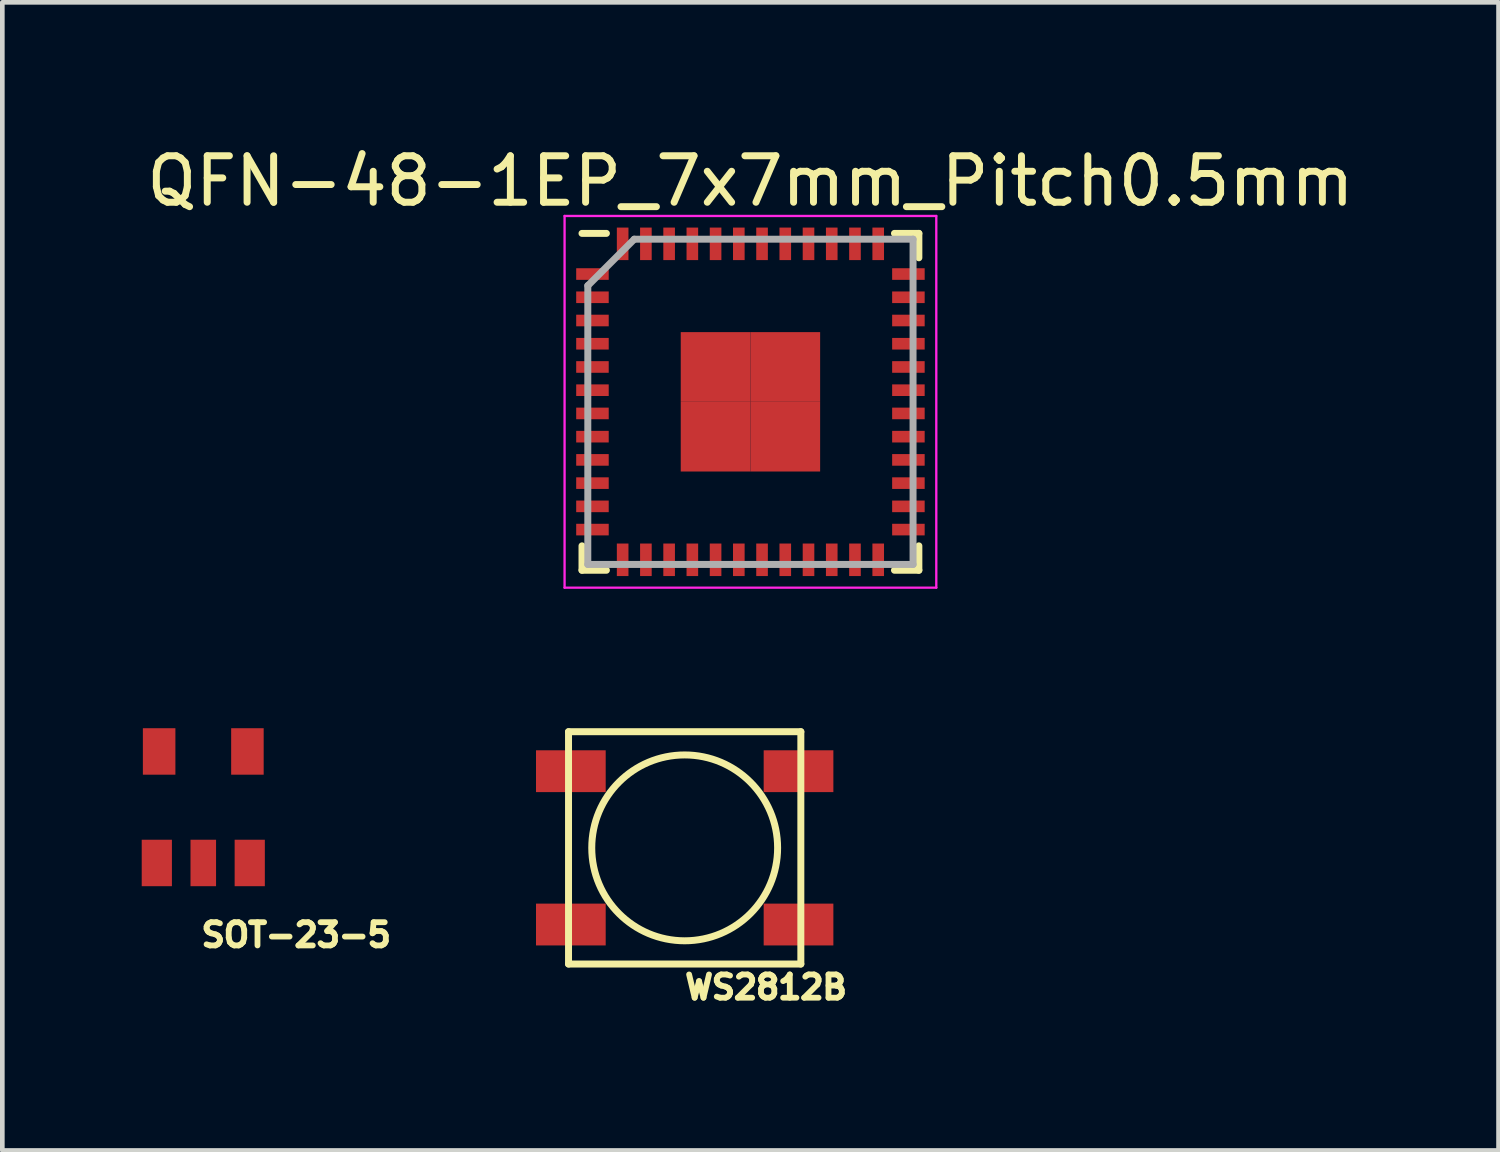
<source format=kicad_pcb>
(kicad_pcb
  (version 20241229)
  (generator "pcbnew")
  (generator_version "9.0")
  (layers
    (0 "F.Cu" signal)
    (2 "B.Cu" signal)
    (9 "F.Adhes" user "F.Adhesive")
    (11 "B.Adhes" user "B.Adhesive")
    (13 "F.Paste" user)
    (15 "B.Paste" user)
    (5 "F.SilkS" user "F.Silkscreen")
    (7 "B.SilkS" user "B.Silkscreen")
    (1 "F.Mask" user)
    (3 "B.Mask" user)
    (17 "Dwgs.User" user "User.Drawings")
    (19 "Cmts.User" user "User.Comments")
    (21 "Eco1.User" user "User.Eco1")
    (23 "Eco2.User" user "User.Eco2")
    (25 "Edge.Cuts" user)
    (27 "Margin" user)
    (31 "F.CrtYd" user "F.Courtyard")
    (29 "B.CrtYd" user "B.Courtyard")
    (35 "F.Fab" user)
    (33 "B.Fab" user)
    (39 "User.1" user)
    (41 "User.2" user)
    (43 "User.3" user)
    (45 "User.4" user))
  (footprint "QFN-48-1EP_7x7mm_Pitch0.5mm"
    (layer "F.Cu")
    (at 13.101 5.598)
    (property "Reference" "QFN-48-1EP_7x7mm_Pitch0.5mm" (at 0 -4.75 0) (layer "F.SilkS") (effects (font (size 1 1) (thickness 0.15))))
    (attr smd)
    (fp_line (start -3.625 -3.625) (end -3.1 -3.625) (stroke (width 0.15) (type solid)) (layer "F.SilkS"))
    (fp_line (start -3.625 3.625) (end -3.625 3.1) (stroke (width 0.15) (type solid)) (layer "F.SilkS"))
    (fp_line (start -3.625 3.625) (end -3.1 3.625) (stroke (width 0.15) (type solid)) (layer "F.SilkS"))
    (fp_line (start 3.625 -3.625) (end 3.1 -3.625) (stroke (width 0.15) (type solid)) (layer "F.SilkS"))
    (fp_line (start 3.625 -3.625) (end 3.625 -3.1) (stroke (width 0.15) (type solid)) (layer "F.SilkS"))
    (fp_line (start 3.625 3.625) (end 3.1 3.625) (stroke (width 0.15) (type solid)) (layer "F.SilkS"))
    (fp_line (start 3.625 3.625) (end 3.625 3.1) (stroke (width 0.15) (type solid)) (layer "F.SilkS"))
    (fp_line (start -4 -4) (end -4 4) (stroke (width 0.05) (type solid)) (layer "F.CrtYd"))
    (fp_line (start -4 -4) (end 4 -4) (stroke (width 0.05) (type solid)) (layer "F.CrtYd"))
    (fp_line (start -4 4) (end 4 4) (stroke (width 0.05) (type solid)) (layer "F.CrtYd"))
    (fp_line (start 4 -4) (end 4 4) (stroke (width 0.05) (type solid)) (layer "F.CrtYd"))
    (fp_line (start -3.5 -2.5) (end -2.5 -3.5) (stroke (width 0.15) (type solid)) (layer "F.Fab"))
    (fp_line (start -3.5 3.5) (end -3.5 -2.5) (stroke (width 0.15) (type solid)) (layer "F.Fab"))
    (fp_line (start -2.5 -3.5) (end 3.5 -3.5) (stroke (width 0.15) (type solid)) (layer "F.Fab"))
    (fp_line (start 3.5 -3.5) (end 3.5 3.5) (stroke (width 0.15) (type solid)) (layer "F.Fab"))
    (fp_line (start 3.5 3.5) (end -3.5 3.5) (stroke (width 0.15) (type solid)) (layer "F.Fab"))
    (pad "1" smd rect (at -3.4 -2.75) (size 0.7 0.25) (layers "F.Cu" "F.Mask" "F.Paste"))
    (pad "2" smd rect (at -3.4 -2.25) (size 0.7 0.25) (layers "F.Cu" "F.Mask" "F.Paste"))
    (pad "3" smd rect (at -3.4 -1.75) (size 0.7 0.25) (layers "F.Cu" "F.Mask" "F.Paste"))
    (pad "4" smd rect (at -3.4 -1.25) (size 0.7 0.25) (layers "F.Cu" "F.Mask" "F.Paste"))
    (pad "5" smd rect (at -3.4 -0.75) (size 0.7 0.25) (layers "F.Cu" "F.Mask" "F.Paste"))
    (pad "6" smd rect (at -3.4 -0.25) (size 0.7 0.25) (layers "F.Cu" "F.Mask" "F.Paste"))
    (pad "7" smd rect (at -3.4 0.25) (size 0.7 0.25) (layers "F.Cu" "F.Mask" "F.Paste"))
    (pad "8" smd rect (at -3.4 0.75) (size 0.7 0.25) (layers "F.Cu" "F.Mask" "F.Paste"))
    (pad "9" smd rect (at -3.4 1.25) (size 0.7 0.25) (layers "F.Cu" "F.Mask" "F.Paste"))
    (pad "10" smd rect (at -3.4 1.75) (size 0.7 0.25) (layers "F.Cu" "F.Mask" "F.Paste"))
    (pad "11" smd rect (at -3.4 2.25) (size 0.7 0.25) (layers "F.Cu" "F.Mask" "F.Paste"))
    (pad "12" smd rect (at -3.4 2.75) (size 0.7 0.25) (layers "F.Cu" "F.Mask" "F.Paste"))
    (pad "13" smd rect (at -2.75 3.4 90) (size 0.7 0.25) (layers "F.Cu" "F.Mask" "F.Paste"))
    (pad "14" smd rect (at -2.25 3.4 90) (size 0.7 0.25) (layers "F.Cu" "F.Mask" "F.Paste"))
    (pad "15" smd rect (at -1.75 3.4 90) (size 0.7 0.25) (layers "F.Cu" "F.Mask" "F.Paste"))
    (pad "16" smd rect (at -1.25 3.4 90) (size 0.7 0.25) (layers "F.Cu" "F.Mask" "F.Paste"))
    (pad "17" smd rect (at -0.75 3.4 90) (size 0.7 0.25) (layers "F.Cu" "F.Mask" "F.Paste"))
    (pad "18" smd rect (at -0.25 3.4 90) (size 0.7 0.25) (layers "F.Cu" "F.Mask" "F.Paste"))
    (pad "19" smd rect (at 0.25 3.4 90) (size 0.7 0.25) (layers "F.Cu" "F.Mask" "F.Paste"))
    (pad "20" smd rect (at 0.75 3.4 90) (size 0.7 0.25) (layers "F.Cu" "F.Mask" "F.Paste"))
    (pad "21" smd rect (at 1.25 3.4 90) (size 0.7 0.25) (layers "F.Cu" "F.Mask" "F.Paste"))
    (pad "22" smd rect (at 1.75 3.4 90) (size 0.7 0.25) (layers "F.Cu" "F.Mask" "F.Paste"))
    (pad "23" smd rect (at 2.25 3.4 90) (size 0.7 0.25) (layers "F.Cu" "F.Mask" "F.Paste"))
    (pad "24" smd rect (at 2.75 3.4 90) (size 0.7 0.25) (layers "F.Cu" "F.Mask" "F.Paste"))
    (pad "25" smd rect (at 3.4 2.75) (size 0.7 0.25) (layers "F.Cu" "F.Mask" "F.Paste"))
    (pad "26" smd rect (at 3.4 2.25) (size 0.7 0.25) (layers "F.Cu" "F.Mask" "F.Paste"))
    (pad "27" smd rect (at 3.4 1.75) (size 0.7 0.25) (layers "F.Cu" "F.Mask" "F.Paste"))
    (pad "28" smd rect (at 3.4 1.25) (size 0.7 0.25) (layers "F.Cu" "F.Mask" "F.Paste"))
    (pad "29" smd rect (at 3.4 0.75) (size 0.7 0.25) (layers "F.Cu" "F.Mask" "F.Paste"))
    (pad "30" smd rect (at 3.4 0.25) (size 0.7 0.25) (layers "F.Cu" "F.Mask" "F.Paste"))
    (pad "31" smd rect (at 3.4 -0.25) (size 0.7 0.25) (layers "F.Cu" "F.Mask" "F.Paste"))
    (pad "32" smd rect (at 3.4 -0.75) (size 0.7 0.25) (layers "F.Cu" "F.Mask" "F.Paste"))
    (pad "33" smd rect (at 3.4 -1.25) (size 0.7 0.25) (layers "F.Cu" "F.Mask" "F.Paste"))
    (pad "34" smd rect (at 3.4 -1.75) (size 0.7 0.25) (layers "F.Cu" "F.Mask" "F.Paste"))
    (pad "35" smd rect (at 3.4 -2.25) (size 0.7 0.25) (layers "F.Cu" "F.Mask" "F.Paste"))
    (pad "36" smd rect (at 3.4 -2.75) (size 0.7 0.25) (layers "F.Cu" "F.Mask" "F.Paste"))
    (pad "37" smd rect (at 2.75 -3.4 90) (size 0.7 0.25) (layers "F.Cu" "F.Mask" "F.Paste"))
    (pad "38" smd rect (at 2.25 -3.4 90) (size 0.7 0.25) (layers "F.Cu" "F.Mask" "F.Paste"))
    (pad "39" smd rect (at 1.75 -3.4 90) (size 0.7 0.25) (layers "F.Cu" "F.Mask" "F.Paste"))
    (pad "40" smd rect (at 1.25 -3.4 90) (size 0.7 0.25) (layers "F.Cu" "F.Mask" "F.Paste"))
    (pad "41" smd rect (at 0.75 -3.4 90) (size 0.7 0.25) (layers "F.Cu" "F.Mask" "F.Paste"))
    (pad "42" smd rect (at 0.25 -3.4 90) (size 0.7 0.25) (layers "F.Cu" "F.Mask" "F.Paste"))
    (pad "43" smd rect (at -0.25 -3.4 90) (size 0.7 0.25) (layers "F.Cu" "F.Mask" "F.Paste"))
    (pad "44" smd rect (at -0.75 -3.4 90) (size 0.7 0.25) (layers "F.Cu" "F.Mask" "F.Paste"))
    (pad "45" smd rect (at -1.25 -3.4 90) (size 0.7 0.25) (layers "F.Cu" "F.Mask" "F.Paste"))
    (pad "46" smd rect (at -1.75 -3.4 90) (size 0.7 0.25) (layers "F.Cu" "F.Mask" "F.Paste"))
    (pad "47" smd rect (at -2.25 -3.4 90) (size 0.7 0.25) (layers "F.Cu" "F.Mask" "F.Paste"))
    (pad "48" smd rect (at -2.75 -3.4 90) (size 0.7 0.25) (layers "F.Cu" "F.Mask" "F.Paste"))
    (pad "49" smd rect (at -0.75 -0.75) (size 1.5 1.5) (layers "F.Cu" "F.Mask" "F.Paste"))
    (pad "49" smd rect (at -0.75 0.75) (size 1.5 1.5) (layers "F.Cu" "F.Mask" "F.Paste"))
    (pad "49" smd rect (at 0.75 -0.75) (size 1.5 1.5) (layers "F.Cu" "F.Mask" "F.Paste"))
    (pad "49" smd rect (at 0.75 0.75) (size 1.5 1.5) (layers "F.Cu" "F.Mask" "F.Paste")))
  (footprint "WS2812B"
    (layer "F.Cu")
    (at 11.686 15.198)
    (property "Reference" "WS2812B" (at 1.75 3 0) (layer "F.SilkS") (effects (font (size 0.5 0.5) (thickness 0.125))))
    (attr through_hole)
    (fp_line (start -2.5 -2.5) (end 2.5 -2.5) (stroke (width 0.15) (type solid)) (layer "F.SilkS"))
    (fp_line (start -2.5 2.5) (end -2.5 -2.5) (stroke (width 0.15) (type solid)) (layer "F.SilkS"))
    (fp_line (start 2.5 -2.5) (end 2.5 2.5) (stroke (width 0.15) (type solid)) (layer "F.SilkS"))
    (fp_line (start 2.5 2.5) (end -2.5 2.5) (stroke (width 0.15) (type solid)) (layer "F.SilkS"))
    (fp_circle (center 0 0) (end 0 -2) (stroke (width 0.15) (type solid)) (fill no) (layer "F.SilkS"))
    (pad "1" smd rect (at -2.45 -1.65) (size 1.5 0.9) (layers "F.Cu" "F.Mask" "F.Paste"))
    (pad "2" smd rect (at -2.45 1.65) (size 1.5 0.9) (layers "F.Cu" "F.Mask" "F.Paste"))
    (pad "3" smd rect (at 2.45 1.65) (size 1.5 0.9) (layers "F.Cu" "F.Mask" "F.Paste"))
    (pad "4" smd rect (at 2.45 -1.65) (size 1.5 0.9) (layers "F.Cu" "F.Mask" "F.Paste")))
  (footprint "SOT-23-5"
    (layer "F.Cu")
    (at 1.325 14.323)
    (property "Reference" "SOT-23-5" (at 2 2.75 0) (layer "F.SilkS") (effects (font (size 0.5 0.5) (thickness 0.125))))
    (attr through_hole)
    (pad "1" smd rect (at -1 1.2) (size 0.65 1) (layers "F.Cu" "F.Mask" "F.Paste"))
    (pad "2" smd rect (at 0 1.2) (size 0.55 1) (layers "F.Cu" "F.Mask" "F.Paste"))
    (pad "3" smd rect (at 1 1.2) (size 0.65 1) (layers "F.Cu" "F.Mask" "F.Paste"))
    (pad "4" smd rect (at 0.95 -1.2) (size 0.7 1) (layers "F.Cu" "F.Mask" "F.Paste"))
    (pad "5" smd rect (at -0.95 -1.2) (size 0.7 1) (layers "F.Cu" "F.Mask" "F.Paste")))
  (gr_rect
    (start -3 -3)
    (end 29.202 21.71)
    (stroke (width 0.1) (type default))
    (fill no)
    (layer "Edge.Cuts")))
</source>
